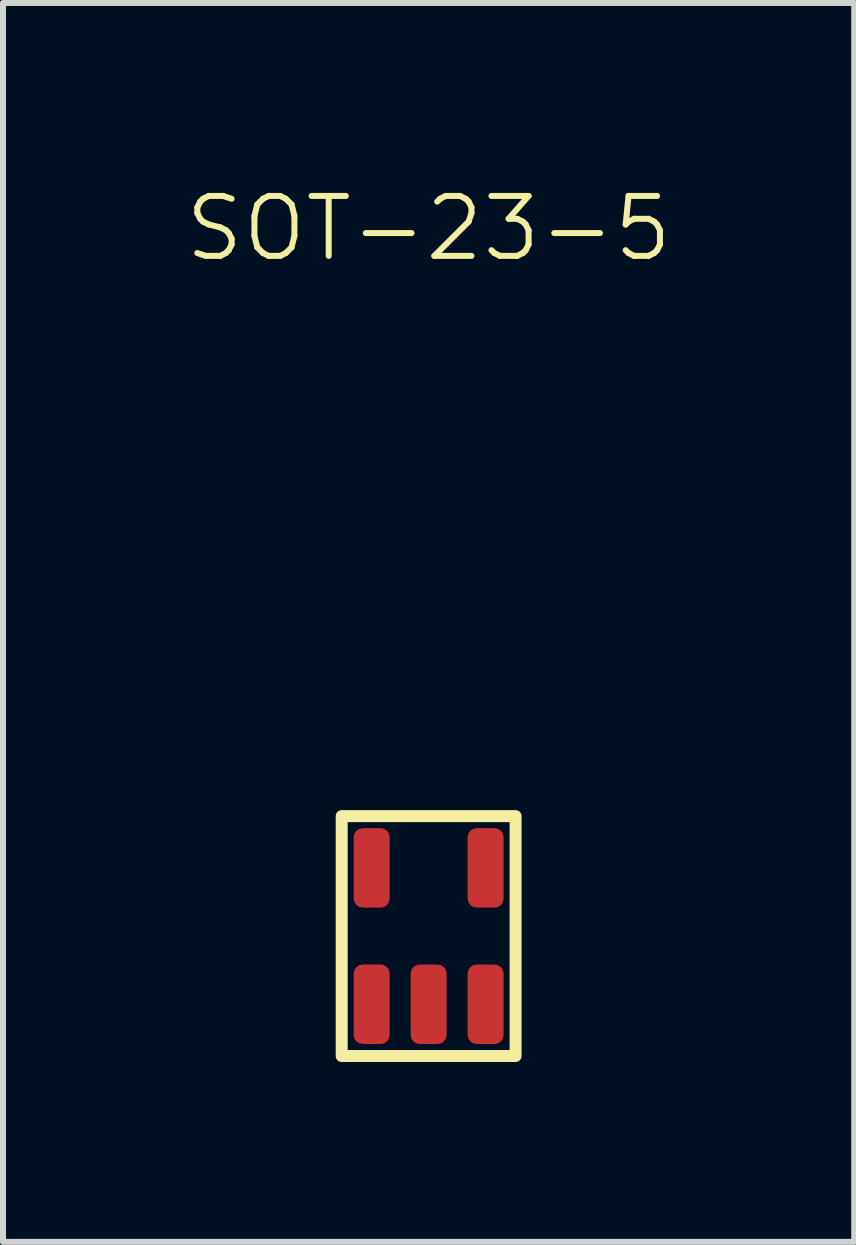
<source format=kicad_pcb>
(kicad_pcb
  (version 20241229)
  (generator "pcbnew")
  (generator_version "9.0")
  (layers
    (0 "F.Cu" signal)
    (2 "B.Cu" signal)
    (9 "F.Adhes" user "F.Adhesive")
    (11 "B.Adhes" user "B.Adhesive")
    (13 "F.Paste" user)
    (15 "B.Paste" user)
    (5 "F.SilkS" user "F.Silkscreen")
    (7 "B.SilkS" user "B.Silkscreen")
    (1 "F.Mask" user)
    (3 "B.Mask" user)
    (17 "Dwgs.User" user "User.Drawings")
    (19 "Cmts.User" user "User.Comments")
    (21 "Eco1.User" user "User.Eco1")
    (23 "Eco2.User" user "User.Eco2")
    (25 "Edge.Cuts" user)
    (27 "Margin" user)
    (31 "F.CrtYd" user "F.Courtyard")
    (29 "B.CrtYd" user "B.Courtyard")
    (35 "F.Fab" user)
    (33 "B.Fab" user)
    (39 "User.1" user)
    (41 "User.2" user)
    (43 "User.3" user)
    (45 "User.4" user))
  (footprint "SOT-23-5"
    (layer "F.Cu")
    (at 4.098 12.56)
    (property "Reference" "SOT-23-5" (at 0 -11.8 0) (unlocked yes) (layer "F.SilkS") (effects (font (size 1 1) (thickness 0.1))))
    (attr smd)
    (fp_rect (start -1.45 -2) (end 1.45 2) (stroke (width 0.2) (type default)) (fill no) (layer "F.SilkS"))
    (pad "1" smd roundrect (at -0.95 1.137 90) (size 1.325 0.6) (layers "F.Cu" "F.Mask" "F.Paste") (roundrect_rratio 0.25))
    (pad "2" smd roundrect (at 0 1.137 90) (size 1.325 0.6) (layers "F.Cu" "F.Mask" "F.Paste") (roundrect_rratio 0.25))
    (pad "3" smd roundrect (at 0.95 1.137 90) (size 1.325 0.6) (layers "F.Cu" "F.Mask" "F.Paste") (roundrect_rratio 0.25))
    (pad "4" smd roundrect (at 0.95 -1.137 90) (size 1.325 0.6) (layers "F.Cu" "F.Mask" "F.Paste") (roundrect_rratio 0.25))
    (pad "5" smd roundrect (at -0.95 -1.137 90) (size 1.325 0.6) (layers "F.Cu" "F.Mask" "F.Paste") (roundrect_rratio 0.25)))
  (gr_rect
    (start -3 -3)
    (end 11.195 17.66)
    (stroke (width 0.1) (type default))
    (fill no)
    (layer "Edge.Cuts")))
</source>
